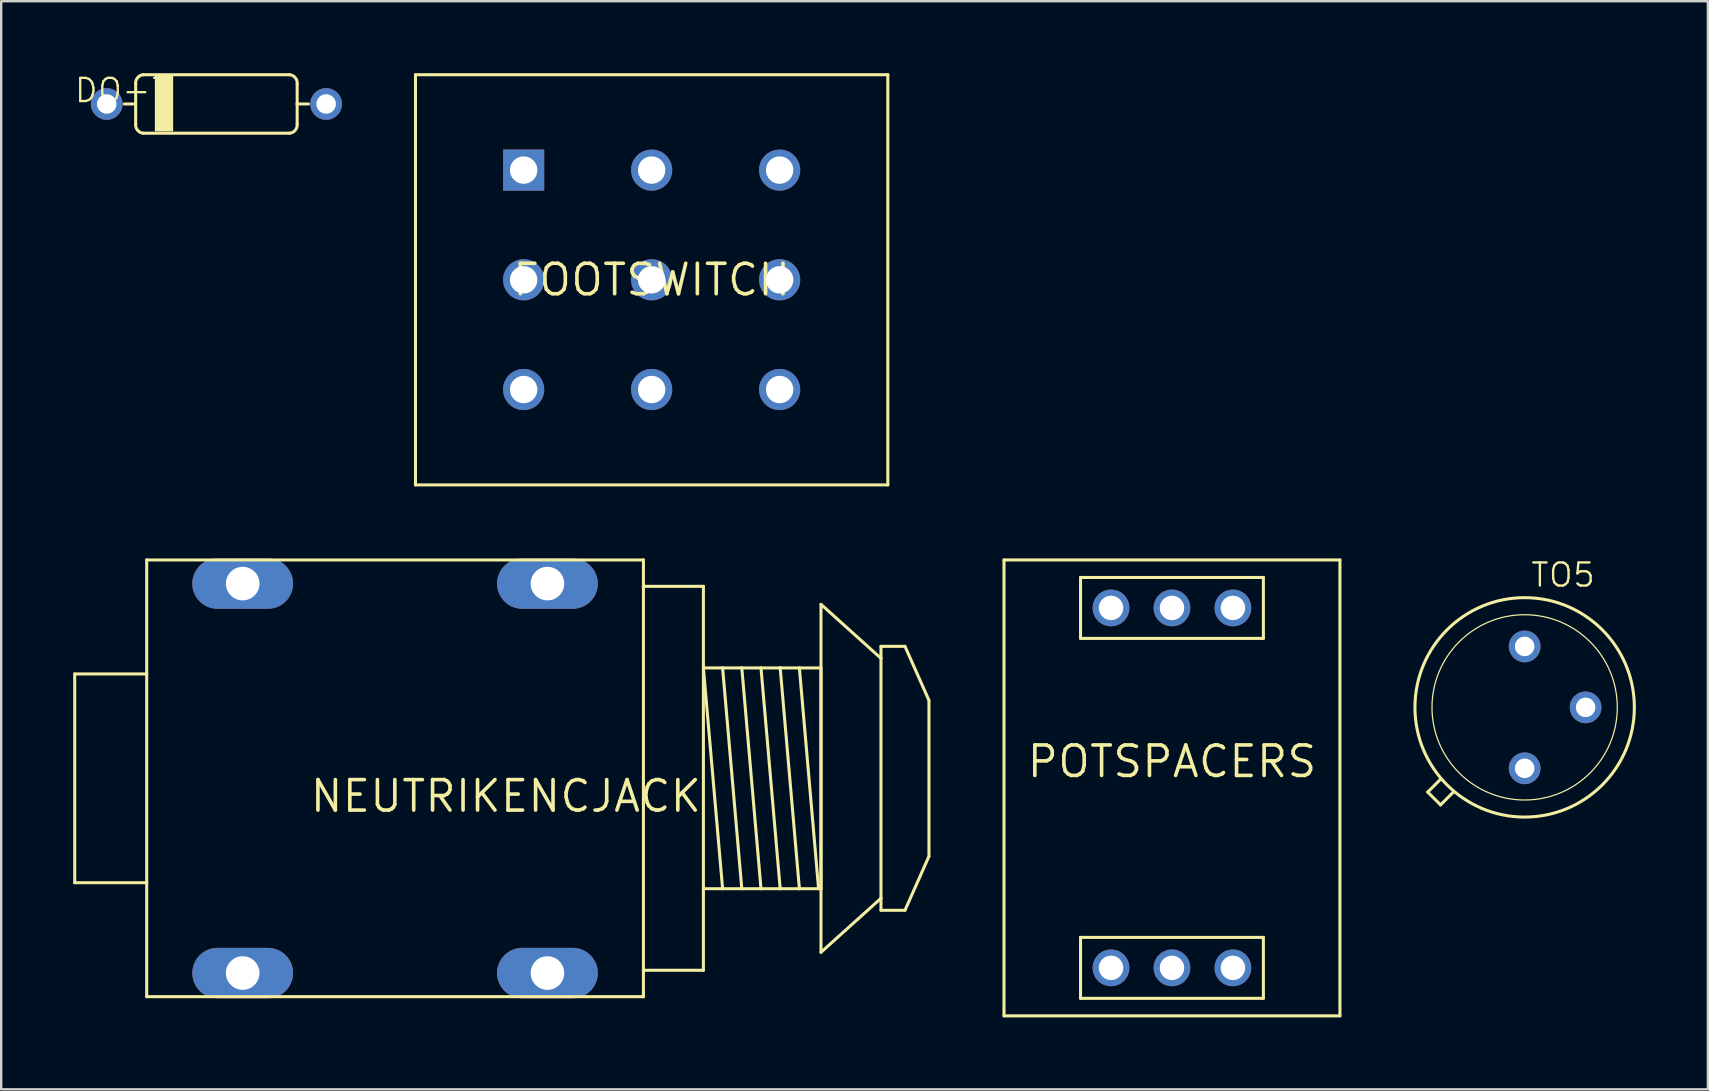
<source format=kicad_pcb>
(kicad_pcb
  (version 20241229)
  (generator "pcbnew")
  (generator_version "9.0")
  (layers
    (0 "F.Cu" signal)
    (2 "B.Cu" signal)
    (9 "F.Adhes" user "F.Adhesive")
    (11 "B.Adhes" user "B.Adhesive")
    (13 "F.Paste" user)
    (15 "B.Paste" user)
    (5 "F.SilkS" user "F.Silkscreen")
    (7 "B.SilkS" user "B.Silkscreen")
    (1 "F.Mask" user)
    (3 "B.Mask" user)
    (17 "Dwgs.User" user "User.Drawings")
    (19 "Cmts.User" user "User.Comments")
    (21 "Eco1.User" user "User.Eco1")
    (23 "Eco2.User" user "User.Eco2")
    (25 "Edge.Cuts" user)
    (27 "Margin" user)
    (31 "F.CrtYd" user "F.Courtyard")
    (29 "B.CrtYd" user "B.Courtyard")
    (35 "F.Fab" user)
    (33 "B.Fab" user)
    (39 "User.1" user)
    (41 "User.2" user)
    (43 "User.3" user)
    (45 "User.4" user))
  (footprint "TO5"
    (layer "F.Cu")
    (at 60.489 26.429)
    (property "Reference" "TO5" (at 0.203 -4.953 0) (layer "F.SilkS") (effects (font (size 0.965 0.965) (thickness 0.097)) (justify left bottom)))
    (attr through_hole)
    (fp_line (start -4.039 3.531) (end -3.505 2.997) (stroke (width 0.127) (type solid)) (layer "F.SilkS"))
    (fp_line (start -3.505 4.064) (end -4.039 3.531) (stroke (width 0.127) (type solid)) (layer "F.SilkS"))
    (fp_line (start -2.972 3.531) (end -3.505 4.064) (stroke (width 0.127) (type solid)) (layer "F.SilkS"))
    (fp_circle (center 0 0) (end 3.861 0) (stroke (width 0.051) (type solid)) (fill no) (layer "F.SilkS"))
    (fp_circle (center 0 0) (end 4.572 0) (stroke (width 0.127) (type solid)) (fill no) (layer "F.SilkS"))
    (pad "1" thru_hole circle (at 0 2.54) (size 1.321 1.321) (drill 0.813) (layers "*.Cu" "*.Mask"))
    (pad "2" thru_hole circle (at 2.54 0) (size 1.321 1.321) (drill 0.813) (layers "*.Cu" "*.Mask"))
    (pad "3" thru_hole circle (at 0 -2.54) (size 1.321 1.321) (drill 0.813) (layers "*.Cu" "*.Mask")))
  (footprint "POTSPACERS"
    (layer "F.Cu")
    (at 45.791 28.685)
    (property "Reference" "POTSPACERS" (at 0 0 0) (layer "F.SilkS") (effects (font (size 1.27 1.27) (thickness 0.15))))
    (attr through_hole)
    (fp_line (start -7 -8.4) (end 7 -8.4) (stroke (width 0.127) (type solid)) (layer "F.SilkS"))
    (fp_line (start -7 10.6) (end -7 -8.4) (stroke (width 0.127) (type solid)) (layer "F.SilkS"))
    (fp_line (start -3.81 -7.67) (end 3.81 -7.67) (stroke (width 0.127) (type solid)) (layer "F.SilkS"))
    (fp_line (start -3.81 -5.13) (end -3.81 -7.67) (stroke (width 0.127) (type solid)) (layer "F.SilkS"))
    (fp_line (start -3.81 7.33) (end 3.81 7.33) (stroke (width 0.127) (type solid)) (layer "F.SilkS"))
    (fp_line (start -3.81 9.87) (end -3.81 7.33) (stroke (width 0.127) (type solid)) (layer "F.SilkS"))
    (fp_line (start 3.81 -7.67) (end 3.81 -5.13) (stroke (width 0.127) (type solid)) (layer "F.SilkS"))
    (fp_line (start 3.81 -5.13) (end -3.81 -5.13) (stroke (width 0.127) (type solid)) (layer "F.SilkS"))
    (fp_line (start 3.81 7.33) (end 3.81 9.87) (stroke (width 0.127) (type solid)) (layer "F.SilkS"))
    (fp_line (start 3.81 9.87) (end -3.81 9.87) (stroke (width 0.127) (type solid)) (layer "F.SilkS"))
    (fp_line (start 7 -8.4) (end 7 10.6) (stroke (width 0.127) (type solid)) (layer "F.SilkS"))
    (fp_line (start 7 10.6) (end -7 10.6) (stroke (width 0.127) (type solid)) (layer "F.SilkS"))
    (pad "P$1" thru_hole circle (at -2.54 8.6) (size 1.53 1.53) (drill 1.02) (layers "*.Cu" "*.Mask"))
    (pad "P$2" thru_hole circle (at 0 8.6) (size 1.53 1.53) (drill 1.02) (layers "*.Cu" "*.Mask"))
    (pad "P$3" thru_hole circle (at 2.54 8.6) (size 1.53 1.53) (drill 1.02) (layers "*.Cu" "*.Mask"))
    (pad "P$4" thru_hole circle (at 0 -6.4) (size 1.53 1.53) (drill 1.02) (layers "*.Cu" "*.Mask"))
    (pad "P$5" thru_hole circle (at -2.54 -6.4) (size 1.53 1.53) (drill 1.02) (layers "*.Cu" "*.Mask"))
    (pad "P$6" thru_hole circle (at 2.54 -6.4) (size 1.53 1.53) (drill 1.02) (layers "*.Cu" "*.Mask")))
  (footprint "FOOTSWITCH"
    (layer "F.Cu")
    (at 24.107 8.611)
    (property "Reference" "FOOTSWITCH" (at 0 0 0) (layer "F.SilkS") (effects (font (size 1.27 1.27) (thickness 0.15))))
    (attr through_hole)
    (fp_line (start -9.842 -8.547) (end 9.842 -8.547) (stroke (width 0.127) (type solid)) (layer "F.SilkS"))
    (fp_line (start -9.842 8.547) (end -9.842 -8.547) (stroke (width 0.127) (type solid)) (layer "F.SilkS"))
    (fp_line (start 9.842 -8.547) (end 9.842 8.547) (stroke (width 0.127) (type solid)) (layer "F.SilkS"))
    (fp_line (start 9.842 8.547) (end -9.842 8.547) (stroke (width 0.127) (type solid)) (layer "F.SilkS"))
    (pad "P$1" thru_hole rect (at -5.334 -4.572) (size 1.714 1.714) (drill 1.143) (layers "*.Cu" "*.Mask"))
    (pad "P$2" thru_hole circle (at 0 -4.572) (size 1.714 1.714) (drill 1.143) (layers "*.Cu" "*.Mask"))
    (pad "P$3" thru_hole circle (at 5.334 -4.572) (size 1.714 1.714) (drill 1.143) (layers "*.Cu" "*.Mask"))
    (pad "P$4" thru_hole circle (at -5.334 0) (size 1.714 1.714) (drill 1.143) (layers "*.Cu" "*.Mask"))
    (pad "P$5" thru_hole circle (at 0 0) (size 1.714 1.714) (drill 1.143) (layers "*.Cu" "*.Mask"))
    (pad "P$6" thru_hole circle (at 5.334 0) (size 1.714 1.714) (drill 1.143) (layers "*.Cu" "*.Mask"))
    (pad "P$7" thru_hole circle (at -5.334 4.572) (size 1.714 1.714) (drill 1.143) (layers "*.Cu" "*.Mask"))
    (pad "P$8" thru_hole circle (at 0 4.572) (size 1.714 1.714) (drill 1.143) (layers "*.Cu" "*.Mask"))
    (pad "P$9" thru_hole circle (at 5.334 4.572) (size 1.714 1.714) (drill 1.143) (layers "*.Cu" "*.Mask")))
  (footprint "DO-7"
    (layer "F.Cu")
    (at 5.969 1.283)
    (property "Reference" "DO-7" (at -5.969 0 180) (layer "F.SilkS") (effects (font (size 0.965 0.965) (thickness 0.097)) (justify left bottom)))
    (attr through_hole)
    (fp_line (start -3.365 -0.838) (end -3.365 0) (stroke (width 0.127) (type solid)) (layer "F.SilkS"))
    (fp_line (start -3.365 0) (end -3.835 0) (stroke (width 0.127) (type solid)) (layer "F.SilkS"))
    (fp_line (start -3.365 0) (end -3.365 0.838) (stroke (width 0.127) (type solid)) (layer "F.SilkS"))
    (fp_line (start -3.048 -1.219) (end 3.048 -1.219) (stroke (width 0.127) (type solid)) (layer "F.SilkS"))
    (fp_line (start -3.048 1.219) (end 3.048 1.219) (stroke (width 0.127) (type solid)) (layer "F.SilkS"))
    (fp_line (start 3.365 -0.838) (end 3.365 0) (stroke (width 0.127) (type solid)) (layer "F.SilkS"))
    (fp_line (start 3.365 0) (end 3.365 0.838) (stroke (width 0.127) (type solid)) (layer "F.SilkS"))
    (fp_line (start 3.835 0) (end 3.365 0) (stroke (width 0.127) (type solid)) (layer "F.SilkS"))
    (fp_arc (start -3.3655 -0.8382) (mid -3.285658 -1.094456) (end -3.048 -1.2192) (stroke (width 0.127) (type solid)) (layer "F.SilkS"))
    (fp_arc (start -3.048 1.2192) (mid -3.285658 1.094456) (end -3.3655 0.8382) (stroke (width 0.127) (type solid)) (layer "F.SilkS"))
    (fp_arc (start 3.048 -1.2192) (mid 3.285658 -1.094456) (end 3.3655 -0.8382) (stroke (width 0.127) (type solid)) (layer "F.SilkS"))
    (fp_arc (start 3.3655 0.8382) (mid 3.285658 1.094456) (end 3.048 1.2192) (stroke (width 0.127) (type solid)) (layer "F.SilkS"))
    (fp_poly (pts (xy -2.565 1.143) (xy -1.803 1.143) (xy -1.803 -1.168) (xy -2.565 -1.168)) (stroke (width 0) (type solid)) (fill yes) (layer "F.SilkS"))
    (pad "P$1" thru_hole circle (at -4.572 0 180) (size 1.321 1.321) (drill 0.813) (layers "*.Cu" "*.Mask"))
    (pad "P$2" thru_hole circle (at 4.572 0 180) (size 1.321 1.321) (drill 0.813) (layers "*.Cu" "*.Mask")))
  (footprint "NEUTRIKENCJACK"
    (layer "F.Cu")
    (at 26.264 29.386)
    (property "Reference" "NEUTRIKENCJACK" (at 0 0 0) (layer "F.SilkS") (effects (font (size 1.27 1.27) (thickness 0.15)) (justify right top)))
    (attr through_hole)
    (fp_line (start -26.2 -4.35) (end -26.2 4.35) (stroke (width 0.127) (type solid)) (layer "F.SilkS"))
    (fp_line (start -26.2 4.35) (end -23.2 4.35) (stroke (width 0.127) (type solid)) (layer "F.SilkS"))
    (fp_line (start -23.2 -9.1) (end -2.5 -9.1) (stroke (width 0.127) (type solid)) (layer "F.SilkS"))
    (fp_line (start -23.2 -4.35) (end -26.2 -4.35) (stroke (width 0.127) (type solid)) (layer "F.SilkS"))
    (fp_line (start -23.2 -4.35) (end -23.2 -9.1) (stroke (width 0.127) (type solid)) (layer "F.SilkS"))
    (fp_line (start -23.2 4.35) (end -23.2 -4.35) (stroke (width 0.127) (type solid)) (layer "F.SilkS"))
    (fp_line (start -23.2 9.1) (end -23.2 4.35) (stroke (width 0.127) (type solid)) (layer "F.SilkS"))
    (fp_line (start -2.5 -9.1) (end -2.5 -8) (stroke (width 0.127) (type solid)) (layer "F.SilkS"))
    (fp_line (start -2.5 -8) (end -2.5 8) (stroke (width 0.127) (type solid)) (layer "F.SilkS"))
    (fp_line (start -2.5 -8) (end 0 -8) (stroke (width 0.127) (type solid)) (layer "F.SilkS"))
    (fp_line (start -2.5 8) (end -2.5 9.1) (stroke (width 0.127) (type solid)) (layer "F.SilkS"))
    (fp_line (start -2.5 9.1) (end -23.2 9.1) (stroke (width 0.127) (type solid)) (layer "F.SilkS"))
    (fp_line (start 0 -8) (end 0 -4.6) (stroke (width 0.127) (type solid)) (layer "F.SilkS"))
    (fp_line (start 0 -4.6) (end 0 4.6) (stroke (width 0.127) (type solid)) (layer "F.SilkS"))
    (fp_line (start 0 -4.6) (end 0.8 -4.6) (stroke (width 0.127) (type solid)) (layer "F.SilkS"))
    (fp_line (start 0 -4.6) (end 0.8 4.6) (stroke (width 0.127) (type solid)) (layer "F.SilkS"))
    (fp_line (start 0 4.6) (end 0 8) (stroke (width 0.127) (type solid)) (layer "F.SilkS"))
    (fp_line (start 0 8) (end -2.5 8) (stroke (width 0.127) (type solid)) (layer "F.SilkS"))
    (fp_line (start 0.8 -4.6) (end 1.6 -4.6) (stroke (width 0.127) (type solid)) (layer "F.SilkS"))
    (fp_line (start 0.8 -4.6) (end 1.6 4.6) (stroke (width 0.127) (type solid)) (layer "F.SilkS"))
    (fp_line (start 0.8 4.6) (end 0 4.6) (stroke (width 0.127) (type solid)) (layer "F.SilkS"))
    (fp_line (start 1.6 -4.6) (end 2.4 -4.6) (stroke (width 0.127) (type solid)) (layer "F.SilkS"))
    (fp_line (start 1.6 -4.6) (end 2.4 4.6) (stroke (width 0.127) (type solid)) (layer "F.SilkS"))
    (fp_line (start 1.6 4.6) (end 0.8 4.6) (stroke (width 0.127) (type solid)) (layer "F.SilkS"))
    (fp_line (start 2.4 -4.6) (end 3.2 -4.6) (stroke (width 0.127) (type solid)) (layer "F.SilkS"))
    (fp_line (start 2.4 -4.6) (end 3.2 4.6) (stroke (width 0.127) (type solid)) (layer "F.SilkS"))
    (fp_line (start 2.4 4.6) (end 1.6 4.6) (stroke (width 0.127) (type solid)) (layer "F.SilkS"))
    (fp_line (start 3.2 -4.6) (end 4 -4.6) (stroke (width 0.127) (type solid)) (layer "F.SilkS"))
    (fp_line (start 3.2 -4.6) (end 4 4.6) (stroke (width 0.127) (type solid)) (layer "F.SilkS"))
    (fp_line (start 3.2 4.6) (end 2.4 4.6) (stroke (width 0.127) (type solid)) (layer "F.SilkS"))
    (fp_line (start 4 -4.6) (end 4.8 4.6) (stroke (width 0.127) (type solid)) (layer "F.SilkS"))
    (fp_line (start 4 -4.6) (end 4.9 -4.6) (stroke (width 0.127) (type solid)) (layer "F.SilkS"))
    (fp_line (start 4 4.6) (end 3.2 4.6) (stroke (width 0.127) (type solid)) (layer "F.SilkS"))
    (fp_line (start 4.8 4.6) (end 4 4.6) (stroke (width 0.127) (type solid)) (layer "F.SilkS"))
    (fp_line (start 4.9 -7.25) (end 4.9 7.25) (stroke (width 0.127) (type solid)) (layer "F.SilkS"))
    (fp_line (start 4.9 -7.25) (end 7.4 -5) (stroke (width 0.127) (type solid)) (layer "F.SilkS"))
    (fp_line (start 4.9 -4.6) (end 4.9 4.6) (stroke (width 0.127) (type solid)) (layer "F.SilkS"))
    (fp_line (start 4.9 4.6) (end 4.8 4.6) (stroke (width 0.127) (type solid)) (layer "F.SilkS"))
    (fp_line (start 4.9 7.25) (end 7.4 5) (stroke (width 0.127) (type solid)) (layer "F.SilkS"))
    (fp_line (start 7.4 -5.5) (end 7.4 -5) (stroke (width 0.127) (type solid)) (layer "F.SilkS"))
    (fp_line (start 7.4 -5.5) (end 8.4 -5.5) (stroke (width 0.127) (type solid)) (layer "F.SilkS"))
    (fp_line (start 7.4 -5) (end 7.4 5) (stroke (width 0.127) (type solid)) (layer "F.SilkS"))
    (fp_line (start 7.4 5.5) (end 7.4 5) (stroke (width 0.127) (type solid)) (layer "F.SilkS"))
    (fp_line (start 7.4 5.5) (end 8.4 5.5) (stroke (width 0.127) (type solid)) (layer "F.SilkS"))
    (fp_line (start 8.4 -5.5) (end 9.4 -3.25) (stroke (width 0.127) (type solid)) (layer "F.SilkS"))
    (fp_line (start 8.4 5.5) (end 9.4 3.25) (stroke (width 0.127) (type solid)) (layer "F.SilkS"))
    (fp_line (start 9.4 -3.25) (end 9.4 3.25) (stroke (width 0.127) (type solid)) (layer "F.SilkS"))
    (pad "S" thru_hole oval (at -6.5 -8.115) (size 4.2 2.1) (drill 1.4) (layers "*.Cu" "*.Mask"))
    (pad "SN" thru_hole oval (at -6.5 8.115) (size 4.2 2.1) (drill 1.4) (layers "*.Cu" "*.Mask"))
    (pad "T" thru_hole oval (at -19.2 -8.115) (size 4.2 2.1) (drill 1.4) (layers "*.Cu" "*.Mask"))
    (pad "TN" thru_hole oval (at -19.2 8.115) (size 4.2 2.1) (drill 1.4) (layers "*.Cu" "*.Mask")))
  (gr_rect
    (start -3 -3)
    (end 68.125 42.348)
    (stroke (width 0.1) (type default))
    (fill no)
    (layer "Edge.Cuts")))
</source>
